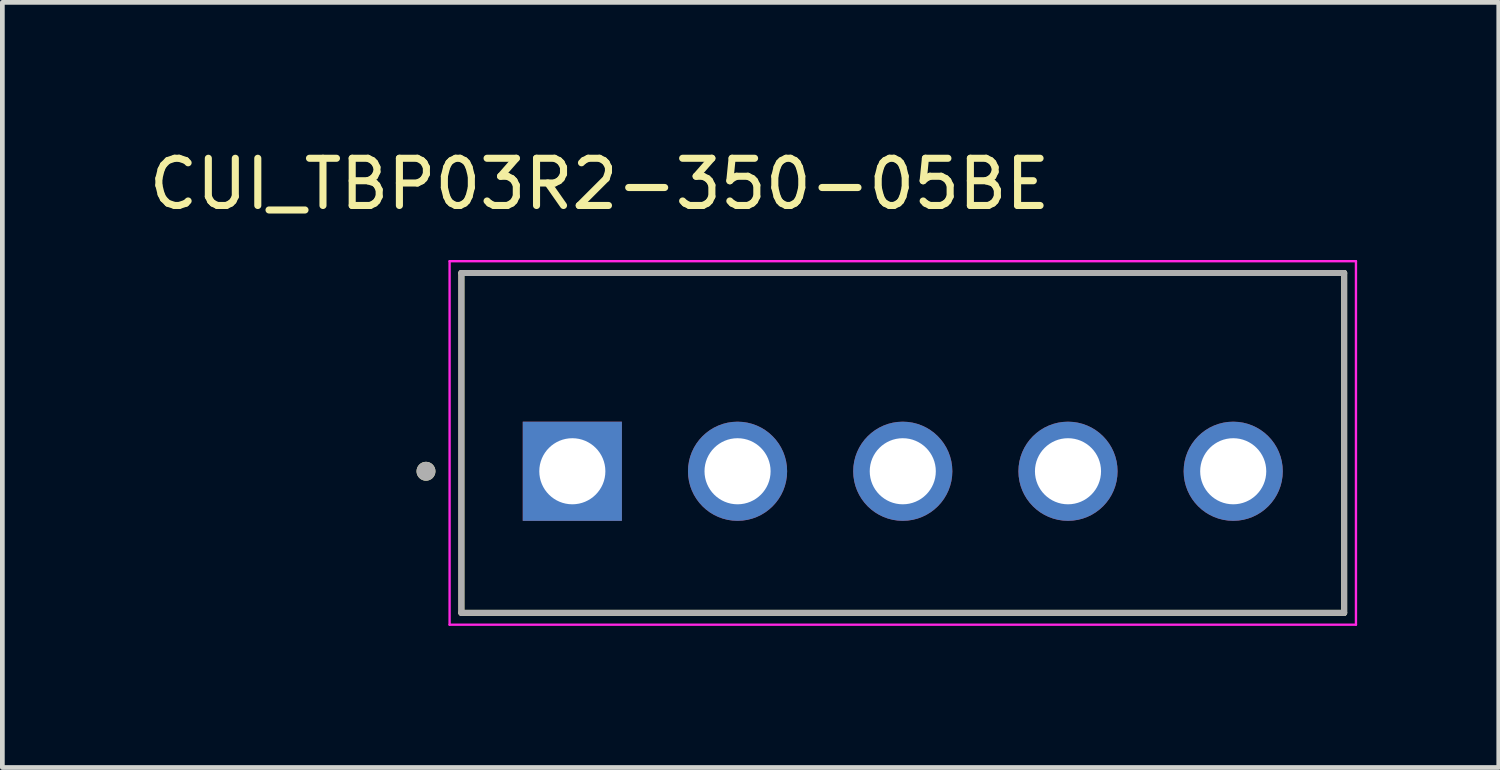
<source format=kicad_pcb>
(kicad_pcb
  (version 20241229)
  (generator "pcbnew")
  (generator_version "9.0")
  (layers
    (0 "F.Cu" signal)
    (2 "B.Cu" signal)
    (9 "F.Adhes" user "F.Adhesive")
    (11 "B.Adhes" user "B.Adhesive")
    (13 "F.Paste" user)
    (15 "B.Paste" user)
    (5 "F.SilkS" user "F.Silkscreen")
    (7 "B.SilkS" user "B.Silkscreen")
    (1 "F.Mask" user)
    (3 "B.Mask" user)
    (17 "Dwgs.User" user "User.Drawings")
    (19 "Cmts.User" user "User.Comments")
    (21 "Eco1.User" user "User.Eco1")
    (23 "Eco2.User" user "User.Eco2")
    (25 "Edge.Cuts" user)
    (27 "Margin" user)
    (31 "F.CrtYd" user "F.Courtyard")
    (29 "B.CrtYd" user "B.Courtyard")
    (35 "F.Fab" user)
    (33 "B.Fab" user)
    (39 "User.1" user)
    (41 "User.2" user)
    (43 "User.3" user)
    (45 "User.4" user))
  (footprint "CUI_TBP03R2-350-05BE"
    (layer "F.Cu")
    (at 9.074 6.933)
    (property "Reference" "CUI_TBP03R2-350-05BE" (at 0.575 -6.085 0) (layer "F.SilkS") (effects (font (size 1 1) (thickness 0.15))))
    (attr through_hole)
    (fp_line (start -2.35 -4.2) (end 16.35 -4.2) (stroke (width 0.127) (type solid)) (layer "F.SilkS"))
    (fp_line (start -2.35 3) (end -2.35 -4.2) (stroke (width 0.127) (type solid)) (layer "F.SilkS"))
    (fp_line (start 16.35 -4.2) (end 16.35 3) (stroke (width 0.127) (type solid)) (layer "F.SilkS"))
    (fp_line (start 16.35 3) (end -2.35 3) (stroke (width 0.127) (type solid)) (layer "F.SilkS"))
    (fp_circle (center -3.1 0) (end -3 0) (stroke (width 0.2) (type solid)) (fill no) (layer "F.SilkS"))
    (fp_line (start -2.6 -4.45) (end -2.6 3.25) (stroke (width 0.05) (type solid)) (layer "F.CrtYd"))
    (fp_line (start -2.6 3.25) (end 16.6 3.25) (stroke (width 0.05) (type solid)) (layer "F.CrtYd"))
    (fp_line (start 16.6 -4.45) (end -2.6 -4.45) (stroke (width 0.05) (type solid)) (layer "F.CrtYd"))
    (fp_line (start 16.6 3.25) (end 16.6 -4.45) (stroke (width 0.05) (type solid)) (layer "F.CrtYd"))
    (fp_line (start -2.35 -4.2) (end 16.35 -4.2) (stroke (width 0.127) (type solid)) (layer "F.Fab"))
    (fp_line (start -2.35 3) (end -2.35 -4.2) (stroke (width 0.127) (type solid)) (layer "F.Fab"))
    (fp_line (start 16.35 -4.2) (end 16.35 3) (stroke (width 0.127) (type solid)) (layer "F.Fab"))
    (fp_line (start 16.35 3) (end -2.35 3) (stroke (width 0.127) (type solid)) (layer "F.Fab"))
    (fp_circle (center -3.1 0) (end -3 0) (stroke (width 0.2) (type solid)) (fill no) (layer "F.Fab"))
    (pad "1" thru_hole rect (at 0 0) (size 2.1 2.1) (drill 1.4) (layers "*.Cu" "*.Mask"))
    (pad "2" thru_hole circle (at 3.5 0) (size 2.1 2.1) (drill 1.4) (layers "*.Cu" "*.Mask"))
    (pad "3" thru_hole circle (at 7 0) (size 2.1 2.1) (drill 1.4) (layers "*.Cu" "*.Mask"))
    (pad "4" thru_hole circle (at 10.5 0) (size 2.1 2.1) (drill 1.4) (layers "*.Cu" "*.Mask"))
    (pad "5" thru_hole circle (at 14 0) (size 2.1 2.1) (drill 1.4) (layers "*.Cu" "*.Mask")))
  (gr_rect
    (start -3 -3)
    (end 28.699 13.208)
    (stroke (width 0.1) (type default))
    (fill no)
    (layer "Edge.Cuts")))
</source>
